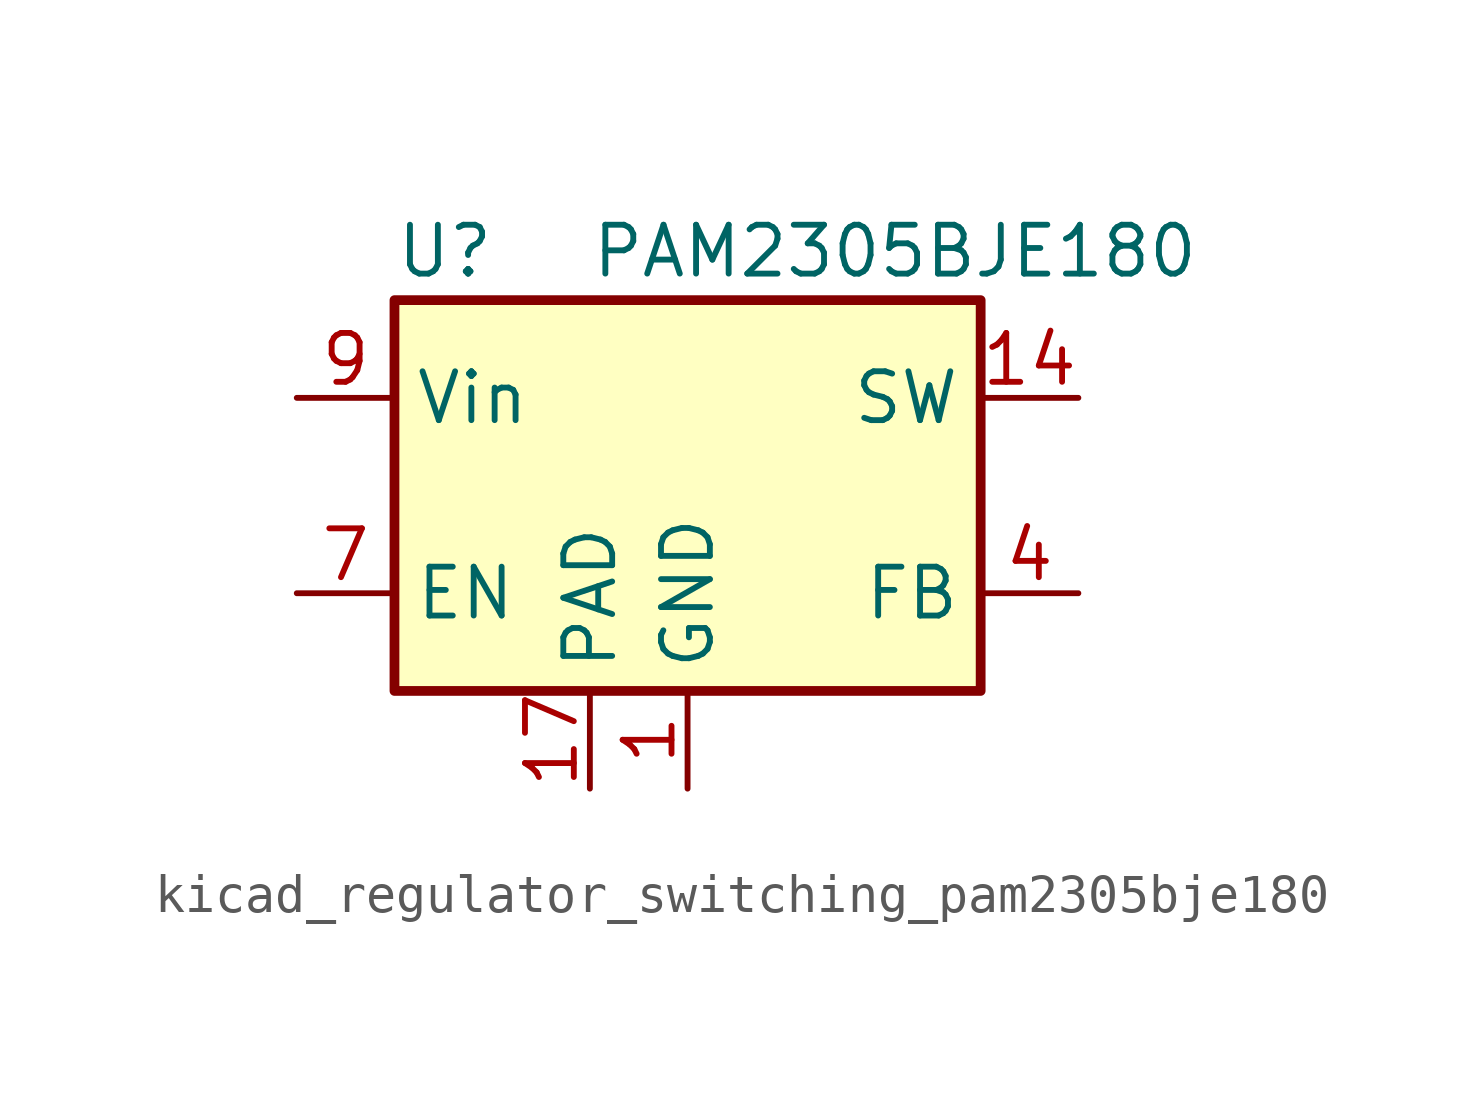
<source format=kicad_sym>
(kicad_symbol_lib
  (version 20220914)
  (generator kicad_symbol_editor)
  (symbol "kicad_regulator_switching_pam2305bje180"
    (property "Reference" "U"
      (at -7.62 6.35 0)
      (effects (font (size 1.27 1.27)) (justify left)))
    (property "Value" "PAM2305BJE180"
      (at -2.54 6.35 0)
      (effects (font (size 1.27 1.27)) (justify left)))
    (symbol "kicad_regulator_switching_pam2305bje180_0_1"
      (rectangle (start -7.62 5.08) (end 7.62 -5.08) (stroke (width 0.254) (type default)) (fill (type background))))
    (symbol "kicad_regulator_switching_pam2305bje180_1_1"
      (pin power_in line (at 0 -7.62 90) (length 2.54) (name "GND" (effects (font (size 1.27 1.27)))) (number "1" (effects (font (size 1.27 1.27)))))
      (pin passive line (at -10.16 2.54 0) (length 2.54) hide (name "Vin" (effects (font (size 1.27 1.27)))) (number "10" (effects (font (size 1.27 1.27)))))
      (pin passive line (at -10.16 2.54 0) (length 2.54) hide (name "Vin" (effects (font (size 1.27 1.27)))) (number "11" (effects (font (size 1.27 1.27)))))
      (pin passive line (at -10.16 2.54 0) (length 2.54) hide (name "Vin" (effects (font (size 1.27 1.27)))) (number "12" (effects (font (size 1.27 1.27)))))
      (pin passive line (at 10.16 2.54 180) (length 2.54) hide (name "SW" (effects (font (size 1.27 1.27)))) (number "13" (effects (font (size 1.27 1.27)))))
      (pin output line (at 10.16 2.54 180) (length 2.54) (name "SW" (effects (font (size 1.27 1.27)))) (number "14" (effects (font (size 1.27 1.27)))))
      (pin passive line (at 10.16 2.54 180) (length 2.54) hide (name "SW" (effects (font (size 1.27 1.27)))) (number "15" (effects (font (size 1.27 1.27)))))
      (pin no_connect line (at 2.54 -5.08 90) (length 2.54) hide (name "NC" (effects (font (size 1.27 1.27)))) (number "16" (effects (font (size 1.27 1.27)))))
      (pin passive line (at -2.54 -7.62 90) (length 2.54) (name "PAD" (effects (font (size 1.27 1.27)))) (number "17" (effects (font (size 1.27 1.27)))))
      (pin passive line (at 0 -7.62 90) (length 2.54) hide (name "GND" (effects (font (size 1.27 1.27)))) (number "2" (effects (font (size 1.27 1.27)))))
      (pin passive line (at 0 -7.62 90) (length 2.54) hide (name "GND" (effects (font (size 1.27 1.27)))) (number "3" (effects (font (size 1.27 1.27)))))
      (pin input line (at 10.16 -2.54 180) (length 2.54) (name "FB" (effects (font (size 1.27 1.27)))) (number "4" (effects (font (size 1.27 1.27)))))
      (pin passive line (at 0 -7.62 90) (length 2.54) hide (name "GND" (effects (font (size 1.27 1.27)))) (number "5" (effects (font (size 1.27 1.27)))))
      (pin no_connect line (at -7.62 0 0) (length 2.54) hide (name "NC" (effects (font (size 1.27 1.27)))) (number "6" (effects (font (size 1.27 1.27)))))
      (pin input line (at -10.16 -2.54 0) (length 2.54) (name "EN" (effects (font (size 1.27 1.27)))) (number "7" (effects (font (size 1.27 1.27)))))
      (pin no_connect line (at 7.62 0 180) (length 2.54) hide (name "NC" (effects (font (size 1.27 1.27)))) (number "8" (effects (font (size 1.27 1.27)))))
      (pin power_in line (at -10.16 2.54 0) (length 2.54) (name "Vin" (effects (font (size 1.27 1.27)))) (number "9" (effects (font (size 1.27 1.27))))))))
</source>
